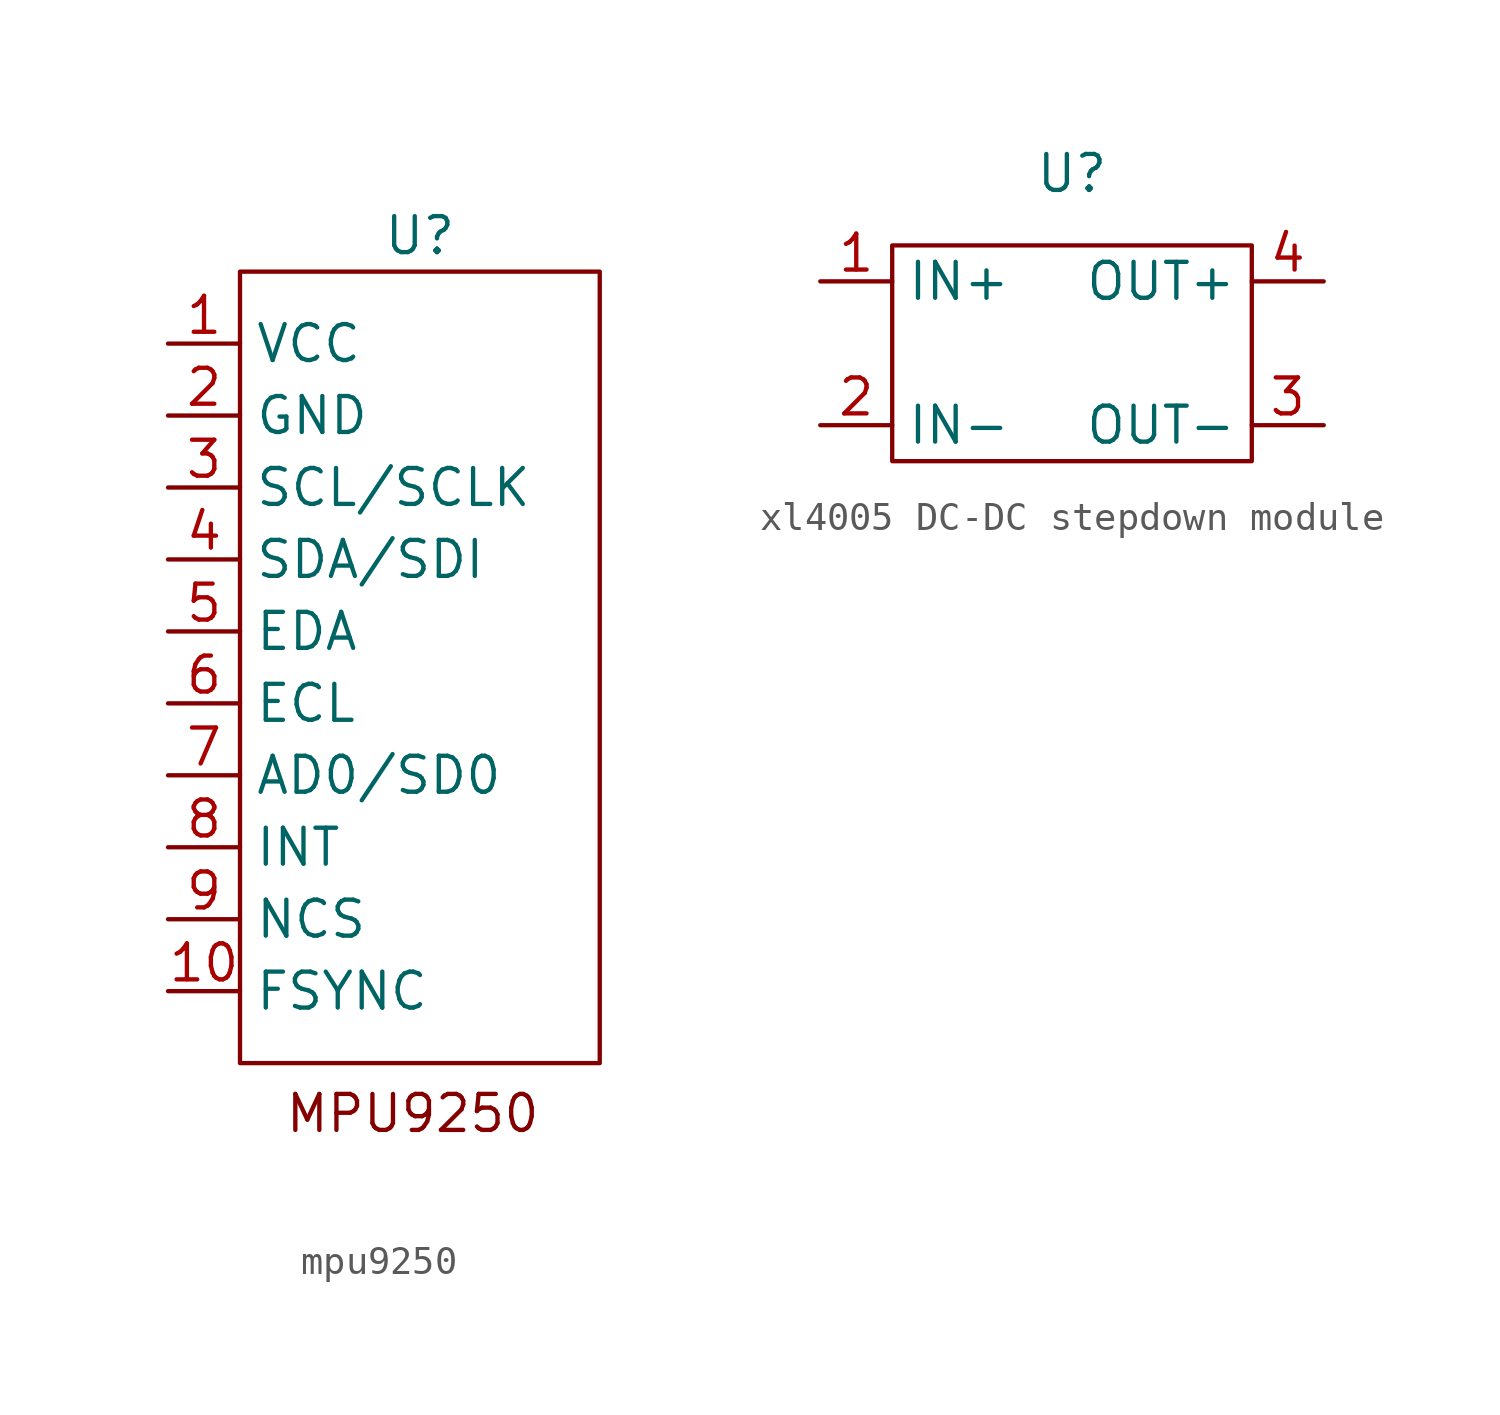
<source format=kicad_sym>
(kicad_symbol_lib
  (version 20241209)
  (generator "kicad_symbol_editor")
  (generator_version "9.0")
  (symbol "mpu9250"
    (property "Reference" "U"
      (at 0 0 0)
      (effects (font (size 1.27 1.27))))
    (property "Value" ""
      (at 0 0 0)
      (effects (font (size 1.27 1.27))))
    (symbol "mpu9250_0_1"
      (rectangle (start -6.35 -1.27) (end 6.35 -29.21) (stroke (width 0) (type default)) (fill (type none))))
    (symbol "mpu9250_1_1"
      (text "MPU9250" (at -0.254 -30.988 0) (effects (font (size 1.27 1.27))))
      (pin power_in line (at -8.89 -3.81 0) (length 2.54) (name "VCC" (effects (font (size 1.27 1.27)))) (number "1" (effects (font (size 1.27 1.27)))))
      (pin power_in line (at -8.89 -6.35 0) (length 2.54) (name "GND" (effects (font (size 1.27 1.27)))) (number "2" (effects (font (size 1.27 1.27)))))
      (pin input line (at -8.89 -8.89 0) (length 2.54) (name "SCL/SCLK" (effects (font (size 1.27 1.27)))) (number "3" (effects (font (size 1.27 1.27)))))
      (pin bidirectional line (at -8.89 -11.43 0) (length 2.54) (name "SDA/SDI" (effects (font (size 1.27 1.27)))) (number "4" (effects (font (size 1.27 1.27)))))
      (pin output line (at -8.89 -13.97 0) (length 2.54) (name "EDA" (effects (font (size 1.27 1.27)))) (number "5" (effects (font (size 1.27 1.27)))))
      (pin bidirectional line (at -8.89 -16.51 0) (length 2.54) (name "ECL" (effects (font (size 1.27 1.27)))) (number "6" (effects (font (size 1.27 1.27)))))
      (pin bidirectional line (at -8.89 -19.05 0) (length 2.54) (name "AD0/SD0" (effects (font (size 1.27 1.27)))) (number "7" (effects (font (size 1.27 1.27)))))
      (pin output line (at -8.89 -21.59 0) (length 2.54) (name "INT" (effects (font (size 1.27 1.27)))) (number "8" (effects (font (size 1.27 1.27)))))
      (pin input line (at -8.89 -24.13 0) (length 2.54) (name "NCS" (effects (font (size 1.27 1.27)))) (number "9" (effects (font (size 1.27 1.27)))))
      (pin output line (at -8.89 -26.67 0) (length 2.54) (name "FSYNC" (effects (font (size 1.27 1.27)))) (number "10" (effects (font (size 1.27 1.27)))))))
  (symbol "xl4005 DC-DC stepdown module"
    (property "Reference" "U"
      (at 0 0 0)
      (effects (font (size 1.27 1.27))))
    (property "Value" ""
      (at 0 0 0)
      (effects (font (size 1.27 1.27))))
    (symbol "xl4005 DC-DC stepdown module_0_1"
      (rectangle (start -6.35 -2.54) (end 6.35 -10.16) (stroke (width 0) (type default)) (fill (type none))))
    (symbol "xl4005 DC-DC stepdown module_1_1"
      (pin power_in line (at -8.89 -3.81 0) (length 2.54) (name "IN+" (effects (font (size 1.27 1.27)))) (number "1" (effects (font (size 1.27 1.27)))))
      (pin power_in line (at -8.89 -8.89 0) (length 2.54) (name "IN-" (effects (font (size 1.27 1.27)))) (number "2" (effects (font (size 1.27 1.27)))))
      (pin power_out line (at 8.89 -3.81 180) (length 2.54) (name "OUT+" (effects (font (size 1.27 1.27)))) (number "4" (effects (font (size 1.27 1.27)))))
      (pin power_out line (at 8.89 -8.89 180) (length 2.54) (name "OUT-" (effects (font (size 1.27 1.27)))) (number "3" (effects (font (size 1.27 1.27))))))))
</source>
